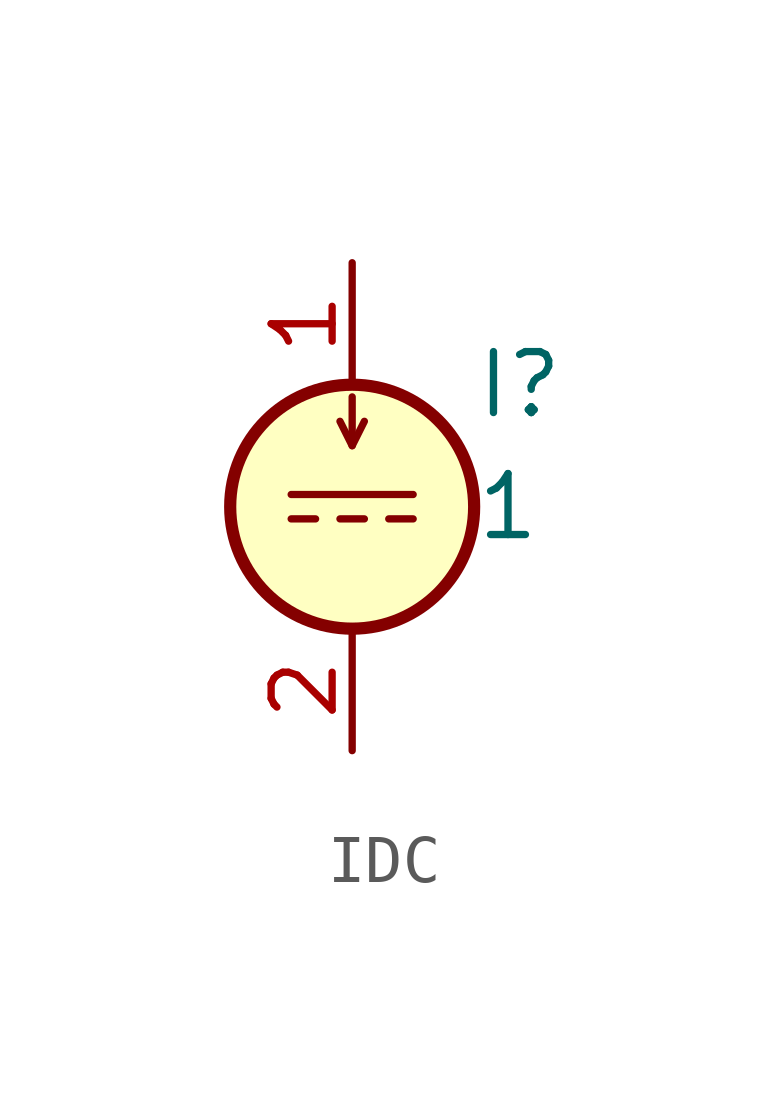
<source format=kicad_sym>
(kicad_symbol_lib
  (version 20231120)
  (generator "kicad_symbol_editor")
  (generator_version "8.0")
  (symbol "IDC"
    (pin_names
      (offset 0.025))
    (property "Reference" "I"
      (at 2.54 2.54 0)
      (effects (font (size 1.27 1.27)) (justify left)))
    (property "Value" "1"
      (at 2.54 0 0)
      (effects (font (size 1.27 1.27)) (justify left)))
    (symbol "IDC_0_0"
      (polyline (pts (xy -1.27 0.254) (xy 1.27 0.254)) (stroke (width 0) (type default)) (fill (type none)))
      (polyline (pts (xy -0.762 -0.254) (xy -1.27 -0.254)) (stroke (width 0) (type default)) (fill (type none)))
      (polyline (pts (xy 0.254 -0.254) (xy -0.254 -0.254)) (stroke (width 0) (type default)) (fill (type none)))
      (polyline (pts (xy 1.27 -0.254) (xy 0.762 -0.254)) (stroke (width 0) (type default)) (fill (type none))))
    (symbol "IDC_0_1"
      (polyline (pts (xy 0 1.27) (xy 0 2.286)) (stroke (width 0) (type default)) (fill (type none)))
      (polyline (pts (xy -0.254 1.778) (xy 0 1.27) (xy 0.254 1.778)) (stroke (width 0) (type default)) (fill (type none)))
      (circle (center 0 0) (radius 2.54) (stroke (width 0.254) (type default)) (fill (type background))))
    (symbol "IDC_1_1"
      (pin passive line (at 0 5.08 270) (length 2.54) (name "~" (effects (font (size 1.27 1.27)))) (number "1" (effects (font (size 1.27 1.27)))))
      (pin passive line (at 0 -5.08 90) (length 2.54) (name "~" (effects (font (size 1.27 1.27)))) (number "2" (effects (font (size 1.27 1.27))))))))
</source>
